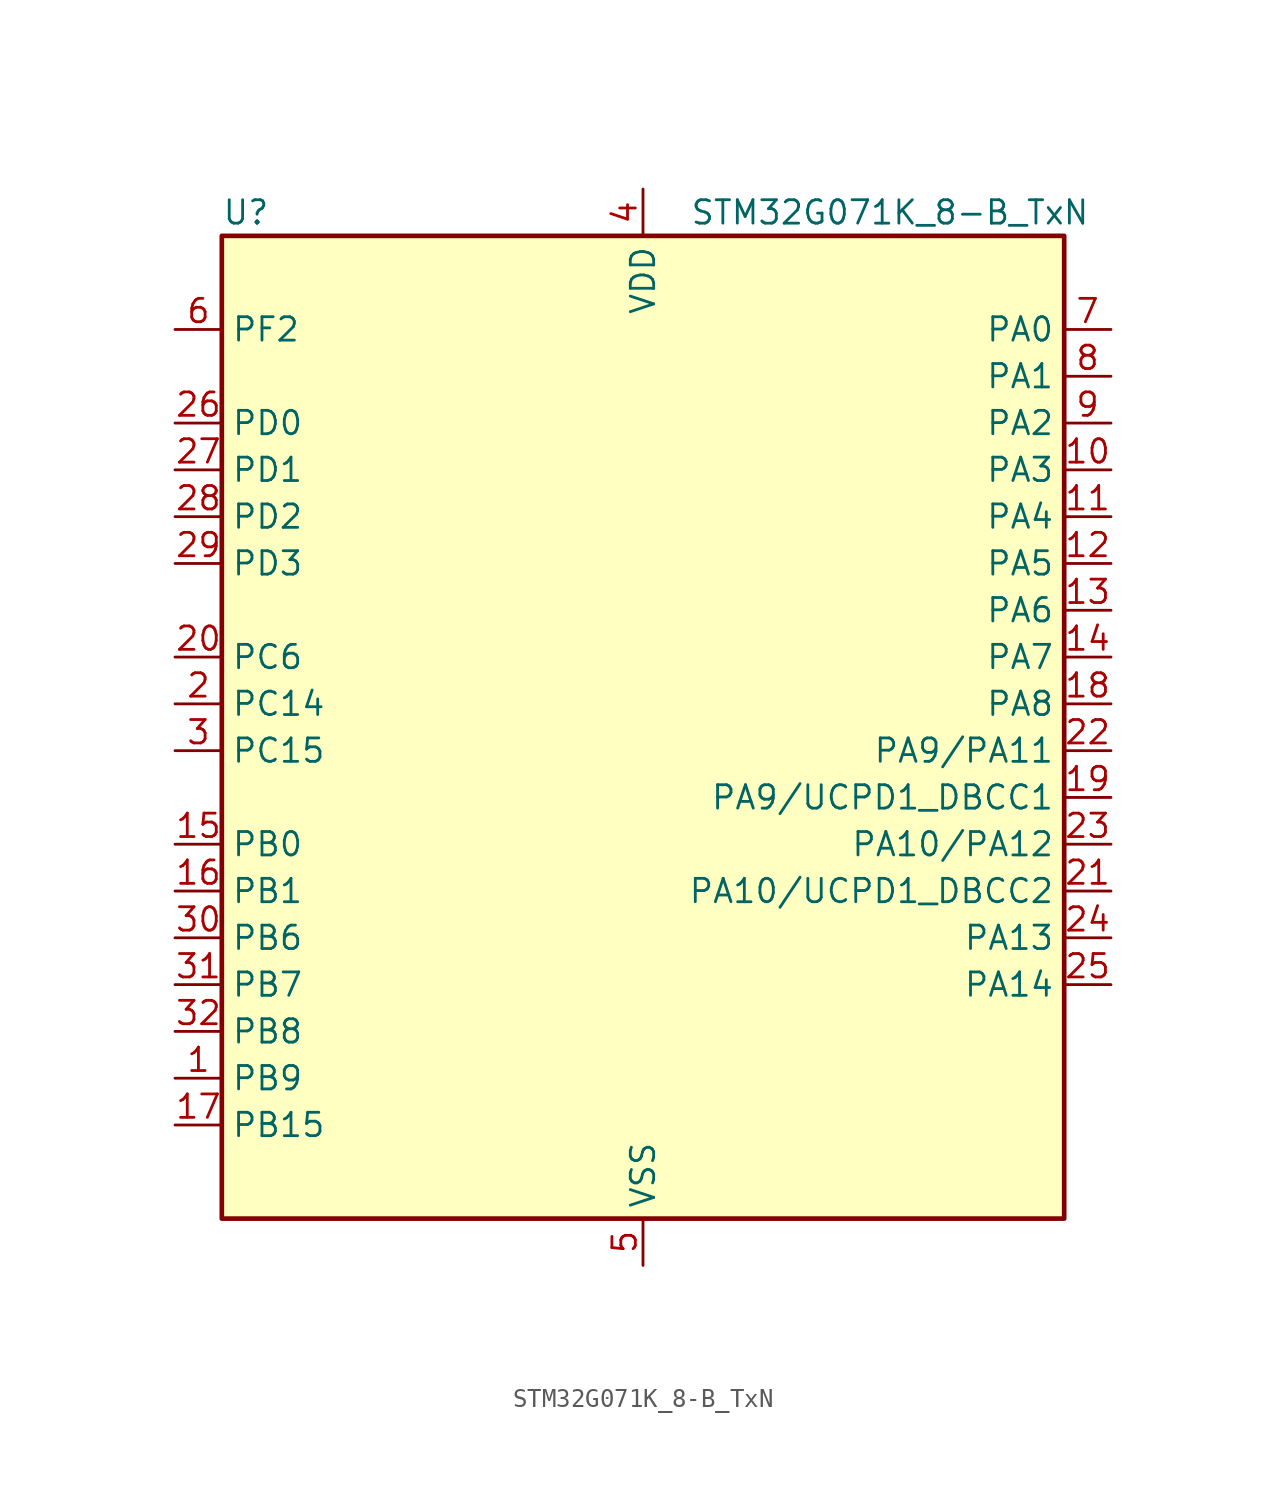
<source format=kicad_sym>
(kicad_symbol_lib
  (version 20241209)
  (generator "kicad_symbol_editor")
  (generator_version "9.0")
  (symbol "STM32G071K_8-B_TxN"
    (property "Reference" "U"
      (at -22.86 29.21 0)
      (effects (font (size 1.27 1.27)) (justify left)))
    (property "Value" "STM32G071K_8-B_TxN"
      (at 2.54 29.21 0)
      (effects (font (size 1.27 1.27)) (justify left)))
    (symbol "STM32G071K_8-B_TxN_0_1"
      (rectangle (start -22.86 -25.4) (end 22.86 27.94) (stroke (width 0.254) (type default)) (fill (type background))))
    (symbol "STM32G071K_8-B_TxN_1_1"
      (pin bidirectional line (at -25.4 22.86 0) (length 2.54) (name "PF2" (effects (font (size 1.27 1.27)))) (number "6" (effects (font (size 1.27 1.27)))) (alternate "RCC_MCO" bidirectional line))
      (pin bidirectional line (at -25.4 17.78 0) (length 2.54) (name "PD0" (effects (font (size 1.27 1.27)))) (number "26" (effects (font (size 1.27 1.27)))) (alternate "SPI2_NSS" bidirectional line) (alternate "TIM16_CH1" bidirectional line) (alternate "UCPD2_CC1" bidirectional line))
      (pin bidirectional line (at -25.4 15.24 0) (length 2.54) (name "PD1" (effects (font (size 1.27 1.27)))) (number "27" (effects (font (size 1.27 1.27)))) (alternate "SPI2_SCK" bidirectional line) (alternate "TIM17_CH1" bidirectional line) (alternate "UCPD2_DBCC1" bidirectional line))
      (pin bidirectional line (at -25.4 12.7 0) (length 2.54) (name "PD2" (effects (font (size 1.27 1.27)))) (number "28" (effects (font (size 1.27 1.27)))) (alternate "TIM1_CH1N" bidirectional line) (alternate "TIM3_ETR" bidirectional line) (alternate "UCPD2_CC2" bidirectional line) (alternate "USART3_CK" bidirectional line) (alternate "USART3_DE" bidirectional line) (alternate "USART3_RTS" bidirectional line))
      (pin bidirectional line (at -25.4 10.16 0) (length 2.54) (name "PD3" (effects (font (size 1.27 1.27)))) (number "29" (effects (font (size 1.27 1.27)))) (alternate "SPI2_MISO" bidirectional line) (alternate "TIM1_CH2N" bidirectional line) (alternate "UCPD2_DBCC2" bidirectional line) (alternate "USART2_CTS" bidirectional line) (alternate "USART2_NSS" bidirectional line))
      (pin bidirectional line (at -25.4 5.08 0) (length 2.54) (name "PC6" (effects (font (size 1.27 1.27)))) (number "20" (effects (font (size 1.27 1.27)))) (alternate "TIM2_CH3" bidirectional line) (alternate "TIM3_CH1" bidirectional line) (alternate "UCPD1_FRSTX1" bidirectional line) (alternate "UCPD1_FRSTX2" bidirectional line))
      (pin bidirectional line (at -25.4 2.54 0) (length 2.54) (name "PC14" (effects (font (size 1.27 1.27)))) (number "2" (effects (font (size 1.27 1.27)))) (alternate "RCC_OSC32_IN" bidirectional line) (alternate "RCC_OSC_IN" bidirectional line) (alternate "TIM1_BK2" bidirectional line))
      (pin bidirectional line (at -25.4 0 0) (length 2.54) (name "PC15" (effects (font (size 1.27 1.27)))) (number "3" (effects (font (size 1.27 1.27)))) (alternate "RCC_OSC32_EN" bidirectional line) (alternate "RCC_OSC32_OUT" bidirectional line) (alternate "RCC_OSC_EN" bidirectional line) (alternate "TIM15_BK" bidirectional line))
      (pin bidirectional line (at -25.4 -5.08 0) (length 2.54) (name "PB0" (effects (font (size 1.27 1.27)))) (number "15" (effects (font (size 1.27 1.27)))) (alternate "ADC1_IN8" bidirectional line) (alternate "COMP1_OUT" bidirectional line) (alternate "I2S1_WS" bidirectional line) (alternate "LPTIM1_OUT" bidirectional line) (alternate "SPI1_NSS" bidirectional line) (alternate "TIM1_CH2N" bidirectional line) (alternate "TIM3_CH3" bidirectional line) (alternate "UCPD1_FRSTX1" bidirectional line) (alternate "UCPD1_FRSTX2" bidirectional line) (alternate "USART3_RX" bidirectional line))
      (pin bidirectional line (at -25.4 -7.62 0) (length 2.54) (name "PB1" (effects (font (size 1.27 1.27)))) (number "16" (effects (font (size 1.27 1.27)))) (alternate "ADC1_IN9" bidirectional line) (alternate "COMP1_INM" bidirectional line) (alternate "LPTIM2_IN1" bidirectional line) (alternate "LPUART1_DE" bidirectional line) (alternate "LPUART1_RTS" bidirectional line) (alternate "TIM14_CH1" bidirectional line) (alternate "TIM1_CH3N" bidirectional line) (alternate "TIM3_CH4" bidirectional line) (alternate "USART3_CK" bidirectional line) (alternate "USART3_DE" bidirectional line) (alternate "USART3_RTS" bidirectional line))
      (pin bidirectional line (at -25.4 -10.16 0) (length 2.54) (name "PB6" (effects (font (size 1.27 1.27)))) (number "30" (effects (font (size 1.27 1.27)))) (alternate "COMP2_INP" bidirectional line) (alternate "I2C1_SCL" bidirectional line) (alternate "LPTIM1_ETR" bidirectional line) (alternate "SPI2_MISO" bidirectional line) (alternate "TIM16_CH1N" bidirectional line) (alternate "TIM1_CH3" bidirectional line) (alternate "USART1_TX" bidirectional line))
      (pin bidirectional line (at -25.4 -12.7 0) (length 2.54) (name "PB7" (effects (font (size 1.27 1.27)))) (number "31" (effects (font (size 1.27 1.27)))) (alternate "COMP2_INM" bidirectional line) (alternate "I2C1_SDA" bidirectional line) (alternate "LPTIM1_IN2" bidirectional line) (alternate "SPI2_MOSI" bidirectional line) (alternate "SYS_PVD_IN" bidirectional line) (alternate "TIM17_CH1N" bidirectional line) (alternate "USART1_RX" bidirectional line) (alternate "USART4_CTS" bidirectional line) (alternate "USART4_NSS" bidirectional line))
      (pin bidirectional line (at -25.4 -15.24 0) (length 2.54) (name "PB8" (effects (font (size 1.27 1.27)))) (number "32" (effects (font (size 1.27 1.27)))) (alternate "CEC" bidirectional line) (alternate "I2C1_SCL" bidirectional line) (alternate "SPI2_SCK" bidirectional line) (alternate "TIM15_BK" bidirectional line) (alternate "TIM16_CH1" bidirectional line) (alternate "USART3_TX" bidirectional line))
      (pin bidirectional line (at -25.4 -17.78 0) (length 2.54) (name "PB9" (effects (font (size 1.27 1.27)))) (number "1" (effects (font (size 1.27 1.27)))) (alternate "DAC1_EXTI9" bidirectional line) (alternate "I2C1_SDA" bidirectional line) (alternate "IR_OUT" bidirectional line) (alternate "SPI2_NSS" bidirectional line) (alternate "TIM17_CH1" bidirectional line) (alternate "UCPD2_FRSTX1" bidirectional line) (alternate "UCPD2_FRSTX2" bidirectional line) (alternate "USART3_RX" bidirectional line))
      (pin bidirectional line (at -25.4 -20.32 0) (length 2.54) (name "PB15" (effects (font (size 1.27 1.27)))) (number "17" (effects (font (size 1.27 1.27)))) (alternate "RTC_REFIN" bidirectional line) (alternate "SPI2_MOSI" bidirectional line) (alternate "TIM15_CH1N" bidirectional line) (alternate "TIM15_CH2" bidirectional line) (alternate "TIM1_CH3N" bidirectional line) (alternate "UCPD1_CC2" bidirectional line))
      (pin power_in line (at 0 30.48 270) (length 2.54) (name "VDD" (effects (font (size 1.27 1.27)))) (number "4" (effects (font (size 1.27 1.27)))))
      (pin power_in line (at 0 -27.94 90) (length 2.54) (name "VSS" (effects (font (size 1.27 1.27)))) (number "5" (effects (font (size 1.27 1.27)))))
      (pin bidirectional line (at 25.4 22.86 180) (length 2.54) (name "PA0" (effects (font (size 1.27 1.27)))) (number "7" (effects (font (size 1.27 1.27)))) (alternate "ADC1_IN0" bidirectional line) (alternate "COMP1_INM" bidirectional line) (alternate "COMP1_OUT" bidirectional line) (alternate "LPTIM1_OUT" bidirectional line) (alternate "RTC_TAMP_IN2" bidirectional line) (alternate "SPI2_SCK" bidirectional line) (alternate "SYS_WKUP1" bidirectional line) (alternate "TIM2_CH1" bidirectional line) (alternate "TIM2_ETR" bidirectional line) (alternate "UCPD2_FRSTX1" bidirectional line) (alternate "UCPD2_FRSTX2" bidirectional line) (alternate "USART2_CTS" bidirectional line) (alternate "USART2_NSS" bidirectional line) (alternate "USART4_TX" bidirectional line))
      (pin bidirectional line (at 25.4 20.32 180) (length 2.54) (name "PA1" (effects (font (size 1.27 1.27)))) (number "8" (effects (font (size 1.27 1.27)))) (alternate "ADC1_IN1" bidirectional line) (alternate "COMP1_INP" bidirectional line) (alternate "I2C1_SMBA" bidirectional line) (alternate "I2S1_CK" bidirectional line) (alternate "SPI1_SCK" bidirectional line) (alternate "TIM15_CH1N" bidirectional line) (alternate "TIM2_CH2" bidirectional line) (alternate "USART2_CK" bidirectional line) (alternate "USART2_DE" bidirectional line) (alternate "USART2_RTS" bidirectional line) (alternate "USART4_RX" bidirectional line))
      (pin bidirectional line (at 25.4 17.78 180) (length 2.54) (name "PA2" (effects (font (size 1.27 1.27)))) (number "9" (effects (font (size 1.27 1.27)))) (alternate "ADC1_IN2" bidirectional line) (alternate "COMP2_INM" bidirectional line) (alternate "COMP2_OUT" bidirectional line) (alternate "I2S1_SD" bidirectional line) (alternate "LPUART1_TX" bidirectional line) (alternate "RCC_LSCO" bidirectional line) (alternate "SPI1_MOSI" bidirectional line) (alternate "SYS_WKUP4" bidirectional line) (alternate "TIM15_CH1" bidirectional line) (alternate "TIM2_CH3" bidirectional line) (alternate "UCPD1_FRSTX1" bidirectional line) (alternate "UCPD1_FRSTX2" bidirectional line) (alternate "USART2_TX" bidirectional line))
      (pin bidirectional line (at 25.4 15.24 180) (length 2.54) (name "PA3" (effects (font (size 1.27 1.27)))) (number "10" (effects (font (size 1.27 1.27)))) (alternate "ADC1_IN3" bidirectional line) (alternate "COMP2_INP" bidirectional line) (alternate "LPUART1_RX" bidirectional line) (alternate "SPI2_MISO" bidirectional line) (alternate "TIM15_CH2" bidirectional line) (alternate "TIM2_CH4" bidirectional line) (alternate "UCPD2_FRSTX1" bidirectional line) (alternate "UCPD2_FRSTX2" bidirectional line) (alternate "USART2_RX" bidirectional line))
      (pin bidirectional line (at 25.4 12.7 180) (length 2.54) (name "PA4" (effects (font (size 1.27 1.27)))) (number "11" (effects (font (size 1.27 1.27)))) (alternate "ADC1_IN4" bidirectional line) (alternate "DAC1_OUT1" bidirectional line) (alternate "I2S1_WS" bidirectional line) (alternate "LPTIM2_OUT" bidirectional line) (alternate "RTC_OUT_ALARM" bidirectional line) (alternate "RTC_OUT_CALIB" bidirectional line) (alternate "RTC_TAMP_IN1" bidirectional line) (alternate "RTC_TS" bidirectional line) (alternate "SPI1_NSS" bidirectional line) (alternate "SPI2_MOSI" bidirectional line) (alternate "SYS_WKUP2" bidirectional line) (alternate "TIM14_CH1" bidirectional line) (alternate "UCPD2_FRSTX1" bidirectional line) (alternate "UCPD2_FRSTX2" bidirectional line))
      (pin bidirectional line (at 25.4 10.16 180) (length 2.54) (name "PA5" (effects (font (size 1.27 1.27)))) (number "12" (effects (font (size 1.27 1.27)))) (alternate "ADC1_IN5" bidirectional line) (alternate "CEC" bidirectional line) (alternate "DAC1_OUT2" bidirectional line) (alternate "I2S1_CK" bidirectional line) (alternate "LPTIM2_ETR" bidirectional line) (alternate "SPI1_SCK" bidirectional line) (alternate "TIM2_CH1" bidirectional line) (alternate "TIM2_ETR" bidirectional line) (alternate "UCPD1_FRSTX1" bidirectional line) (alternate "UCPD1_FRSTX2" bidirectional line) (alternate "USART3_TX" bidirectional line))
      (pin bidirectional line (at 25.4 7.62 180) (length 2.54) (name "PA6" (effects (font (size 1.27 1.27)))) (number "13" (effects (font (size 1.27 1.27)))) (alternate "ADC1_IN6" bidirectional line) (alternate "COMP1_OUT" bidirectional line) (alternate "I2S1_MCK" bidirectional line) (alternate "LPUART1_CTS" bidirectional line) (alternate "SPI1_MISO" bidirectional line) (alternate "TIM16_CH1" bidirectional line) (alternate "TIM1_BK" bidirectional line) (alternate "TIM3_CH1" bidirectional line) (alternate "USART3_CTS" bidirectional line) (alternate "USART3_NSS" bidirectional line))
      (pin bidirectional line (at 25.4 5.08 180) (length 2.54) (name "PA7" (effects (font (size 1.27 1.27)))) (number "14" (effects (font (size 1.27 1.27)))) (alternate "ADC1_IN7" bidirectional line) (alternate "COMP2_OUT" bidirectional line) (alternate "I2S1_SD" bidirectional line) (alternate "SPI1_MOSI" bidirectional line) (alternate "TIM14_CH1" bidirectional line) (alternate "TIM17_CH1" bidirectional line) (alternate "TIM1_CH1N" bidirectional line) (alternate "TIM3_CH2" bidirectional line) (alternate "UCPD1_FRSTX1" bidirectional line) (alternate "UCPD1_FRSTX2" bidirectional line))
      (pin bidirectional line (at 25.4 2.54 180) (length 2.54) (name "PA8" (effects (font (size 1.27 1.27)))) (number "18" (effects (font (size 1.27 1.27)))) (alternate "LPTIM2_OUT" bidirectional line) (alternate "RCC_MCO" bidirectional line) (alternate "SPI2_NSS" bidirectional line) (alternate "TIM1_CH1" bidirectional line) (alternate "UCPD1_CC1" bidirectional line))
      (pin bidirectional line (at 25.4 0 180) (length 2.54) (name "PA9/PA11" (effects (font (size 1.27 1.27)))) (number "22" (effects (font (size 1.27 1.27)))) (alternate "ADC1_EXTI11 (PA11)" bidirectional line) (alternate "COMP1_OUT (PA11)" bidirectional line) (alternate "DAC1_EXTI9 (PA9)" bidirectional line) (alternate "I2C1_SCL (PA9)" bidirectional line) (alternate "I2C2_SCL (PA11)" bidirectional line) (alternate "I2S1_MCK (PA11)" bidirectional line) (alternate "PA11" bidirectional line) (alternate "PA9" bidirectional line) (alternate "RCC_MCO (PA9)" bidirectional line) (alternate "SPI1_MISO (PA11)" bidirectional line) (alternate "SPI2_MISO (PA9)" bidirectional line) (alternate "TIM15_BK (PA9)" bidirectional line) (alternate "TIM1_BK2 (PA11)" bidirectional line) (alternate "TIM1_CH2 (PA9)" bidirectional line) (alternate "TIM1_CH4 (PA11)" bidirectional line) (alternate "USART1_CTS (PA11)" bidirectional line) (alternate "USART1_NSS (PA11)" bidirectional line) (alternate "USART1_TX (PA9)" bidirectional line))
      (pin bidirectional line (at 25.4 -2.54 180) (length 2.54) (name "PA9/UCPD1_DBCC1" (effects (font (size 1.27 1.27)))) (number "19" (effects (font (size 1.27 1.27)))) (alternate "DAC1_EXTI9 (PA9)" bidirectional line) (alternate "I2C1_SCL (PA9)" bidirectional line) (alternate "PA9" bidirectional line) (alternate "RCC_MCO (PA9)" bidirectional line) (alternate "SPI2_MISO (PA9)" bidirectional line) (alternate "TIM15_BK (PA9)" bidirectional line) (alternate "TIM1_CH2 (PA9)" bidirectional line) (alternate "UCPD1_DBCC1" bidirectional line) (alternate "UCPD1_DBCC1 (PA9)" bidirectional line) (alternate "UCPD1_DBCC1 (UCPD1_DBCC1)" bidirectional line) (alternate "USART1_TX (PA9)" bidirectional line))
      (pin bidirectional line (at 25.4 -5.08 180) (length 2.54) (name "PA10/PA12" (effects (font (size 1.27 1.27)))) (number "23" (effects (font (size 1.27 1.27)))) (alternate "COMP2_OUT (PA12)" bidirectional line) (alternate "I2C1_SDA (PA10)" bidirectional line) (alternate "I2C2_SDA (PA12)" bidirectional line) (alternate "I2S1_SD (PA12)" bidirectional line) (alternate "I2S_CKIN (PA12)" bidirectional line) (alternate "PA10" bidirectional line) (alternate "PA12" bidirectional line) (alternate "SPI1_MOSI (PA12)" bidirectional line) (alternate "SPI2_MOSI (PA10)" bidirectional line) (alternate "TIM17_BK (PA10)" bidirectional line) (alternate "TIM1_CH3 (PA10)" bidirectional line) (alternate "TIM1_ETR (PA12)" bidirectional line) (alternate "USART1_CK (PA12)" bidirectional line) (alternate "USART1_DE (PA12)" bidirectional line) (alternate "USART1_RTS (PA12)" bidirectional line) (alternate "USART1_RX (PA10)" bidirectional line))
      (pin bidirectional line (at 25.4 -7.62 180) (length 2.54) (name "PA10/UCPD1_DBCC2" (effects (font (size 1.27 1.27)))) (number "21" (effects (font (size 1.27 1.27)))) (alternate "I2C1_SDA (PA10)" bidirectional line) (alternate "PA10" bidirectional line) (alternate "SPI2_MOSI (PA10)" bidirectional line) (alternate "TIM17_BK (PA10)" bidirectional line) (alternate "TIM1_CH3 (PA10)" bidirectional line) (alternate "UCPD1_DBCC2" bidirectional line) (alternate "UCPD1_DBCC2 (PA10)" bidirectional line) (alternate "UCPD1_DBCC2 (UCPD1_DBCC2)" bidirectional line) (alternate "USART1_RX (PA10)" bidirectional line))
      (pin bidirectional line (at 25.4 -10.16 180) (length 2.54) (name "PA13" (effects (font (size 1.27 1.27)))) (number "24" (effects (font (size 1.27 1.27)))) (alternate "IR_OUT" bidirectional line) (alternate "SYS_SWDIO" bidirectional line))
      (pin bidirectional line (at 25.4 -12.7 180) (length 2.54) (name "PA14" (effects (font (size 1.27 1.27)))) (number "25" (effects (font (size 1.27 1.27)))) (alternate "SYS_SWCLK" bidirectional line) (alternate "USART2_TX" bidirectional line)))))
</source>
